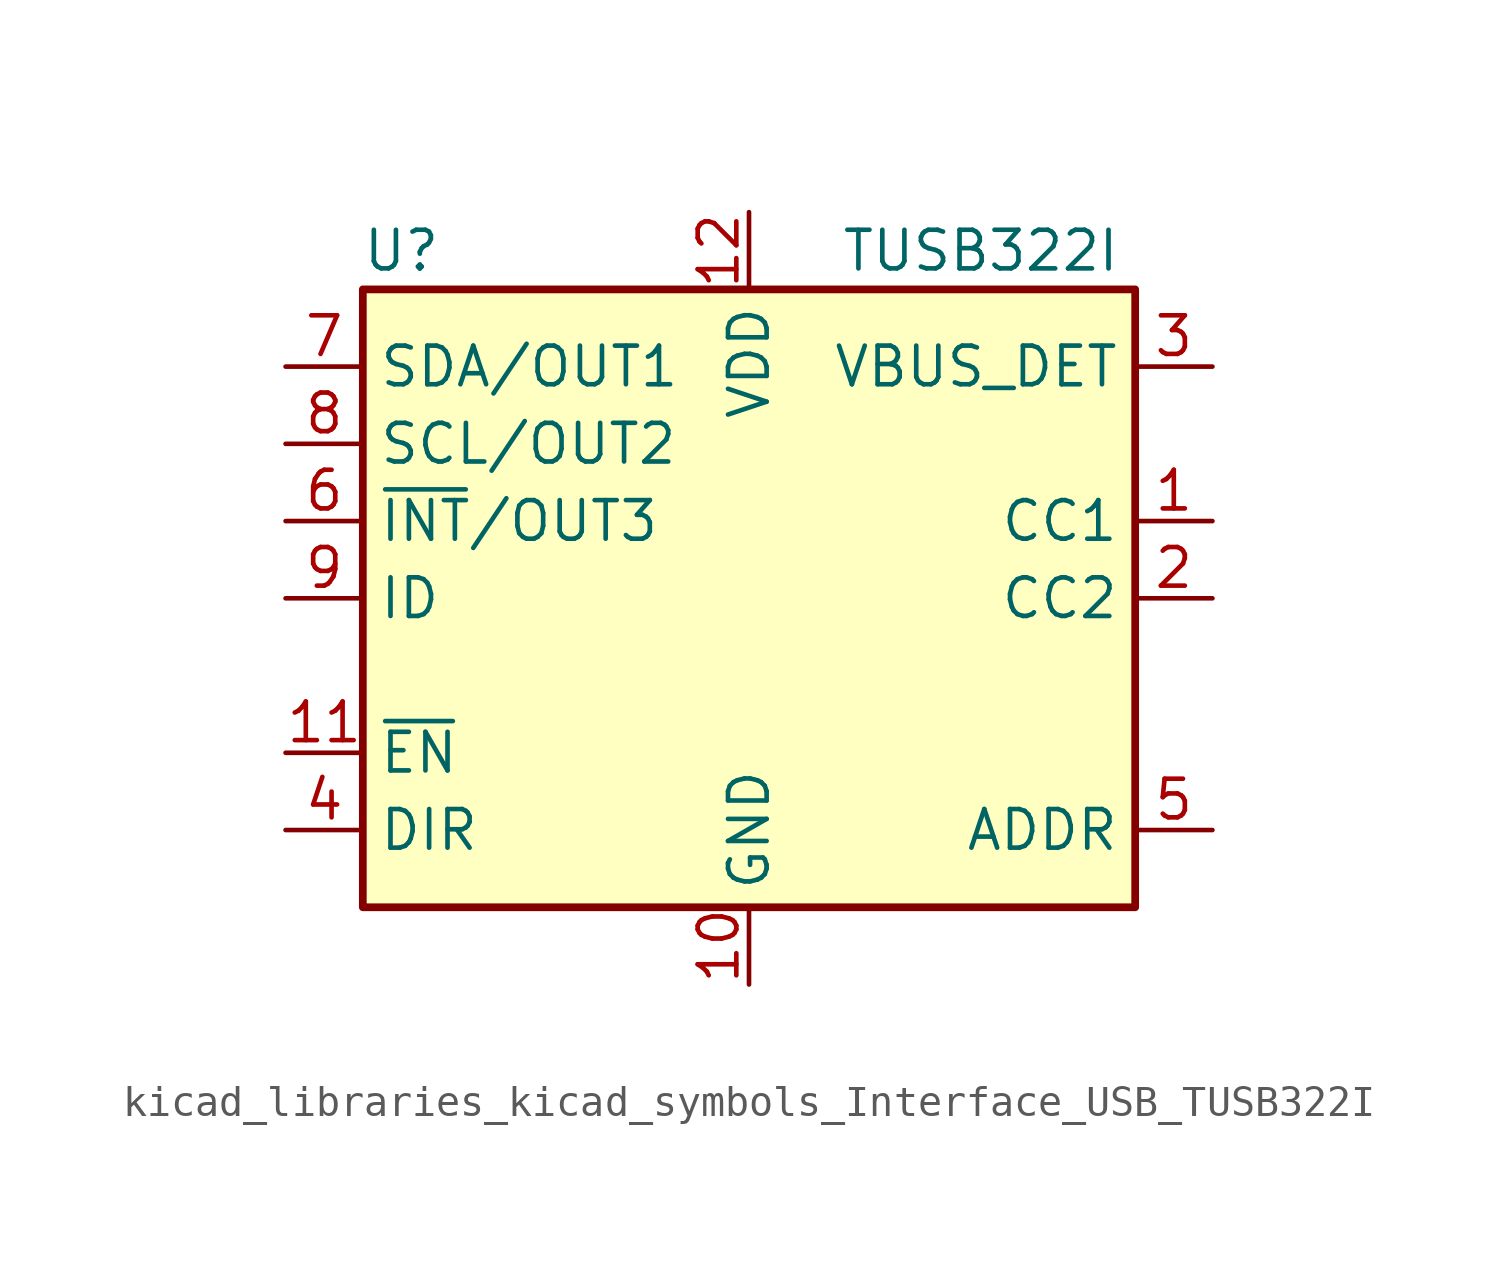
<source format=kicad_sym>
(kicad_symbol_lib
  (version 20220914)
  (generator kicad_symbol_editor)
  (symbol "kicad_libraries_kicad_symbols_Interface_USB_TUSB322I"
    (property "Reference" "U"
      (at -11.43 11.43 0)
      (effects (font (size 1.27 1.27))))
    (property "Value" "TUSB322I"
      (at 7.62 11.43 0)
      (effects (font (size 1.27 1.27))))
    (symbol "kicad_libraries_kicad_symbols_Interface_USB_TUSB322I_1_1"
      (rectangle (start -12.7 10.16) (end 12.7 -10.16) (stroke (width 0.254) (type default)) (fill (type background)))
      (pin bidirectional line (at 15.24 2.54 180) (length 2.54) (name "CC1" (effects (font (size 1.27 1.27)))) (number "1" (effects (font (size 1.27 1.27)))))
      (pin power_in line (at 0 -12.7 90) (length 2.54) (name "GND" (effects (font (size 1.27 1.27)))) (number "10" (effects (font (size 1.27 1.27)))))
      (pin input line (at -15.24 -5.08 0) (length 2.54) (name "~{EN}" (effects (font (size 1.27 1.27)))) (number "11" (effects (font (size 1.27 1.27)))))
      (pin power_in line (at 0 12.7 270) (length 2.54) (name "VDD" (effects (font (size 1.27 1.27)))) (number "12" (effects (font (size 1.27 1.27)))))
      (pin bidirectional line (at 15.24 0 180) (length 2.54) (name "CC2" (effects (font (size 1.27 1.27)))) (number "2" (effects (font (size 1.27 1.27)))))
      (pin input line (at 15.24 7.62 180) (length 2.54) (name "VBUS_DET" (effects (font (size 1.27 1.27)))) (number "3" (effects (font (size 1.27 1.27)))))
      (pin open_collector line (at -15.24 -7.62 0) (length 2.54) (name "DIR" (effects (font (size 1.27 1.27)))) (number "4" (effects (font (size 1.27 1.27)))))
      (pin input line (at 15.24 -7.62 180) (length 2.54) (name "ADDR" (effects (font (size 1.27 1.27)))) (number "5" (effects (font (size 1.27 1.27)))))
      (pin open_collector line (at -15.24 2.54 0) (length 2.54) (name "~{INT}/OUT3" (effects (font (size 1.27 1.27)))) (number "6" (effects (font (size 1.27 1.27)))))
      (pin bidirectional line (at -15.24 7.62 0) (length 2.54) (name "SDA/OUT1" (effects (font (size 1.27 1.27)))) (number "7" (effects (font (size 1.27 1.27)))))
      (pin bidirectional line (at -15.24 5.08 0) (length 2.54) (name "SCL/OUT2" (effects (font (size 1.27 1.27)))) (number "8" (effects (font (size 1.27 1.27)))))
      (pin open_collector line (at -15.24 0 0) (length 2.54) (name "ID" (effects (font (size 1.27 1.27)))) (number "9" (effects (font (size 1.27 1.27))))))))
</source>
